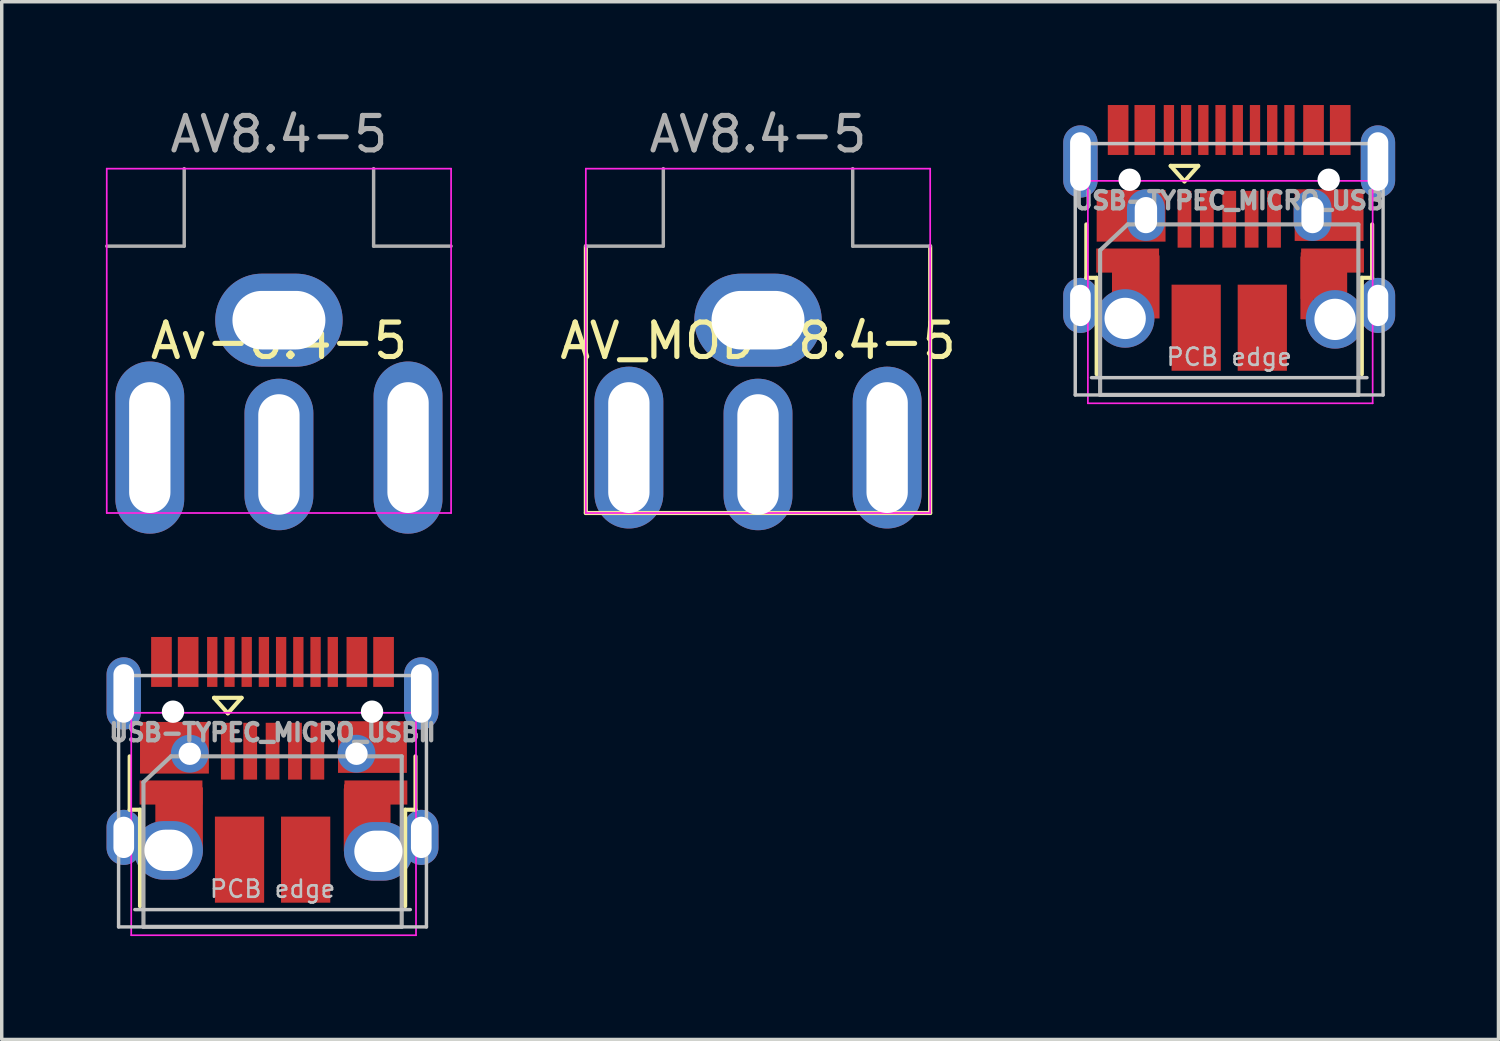
<source format=kicad_pcb>
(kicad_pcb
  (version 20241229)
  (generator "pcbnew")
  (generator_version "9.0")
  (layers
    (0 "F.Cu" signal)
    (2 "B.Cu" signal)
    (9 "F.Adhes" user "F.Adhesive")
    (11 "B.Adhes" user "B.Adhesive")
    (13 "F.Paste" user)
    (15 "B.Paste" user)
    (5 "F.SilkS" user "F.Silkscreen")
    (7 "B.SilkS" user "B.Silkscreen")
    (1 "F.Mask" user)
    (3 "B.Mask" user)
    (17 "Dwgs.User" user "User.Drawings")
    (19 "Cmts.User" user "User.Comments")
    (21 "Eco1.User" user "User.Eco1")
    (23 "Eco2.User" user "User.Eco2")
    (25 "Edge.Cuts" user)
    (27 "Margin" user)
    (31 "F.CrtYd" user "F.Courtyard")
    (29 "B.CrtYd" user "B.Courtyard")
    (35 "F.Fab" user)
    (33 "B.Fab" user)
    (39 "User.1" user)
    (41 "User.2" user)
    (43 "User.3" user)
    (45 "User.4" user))
  (footprint "AV_MOD-8.4-5"
    (layer "F.Cu")
    (at 18.963 6.848)
    (property "Reference" "AV_MOD-8.4-5" (at 0 0 0) (layer "F.SilkS") (effects (font (size 1 1) (thickness 0.15))))
    (attr smd)
    (fp_line (start -5 5) (end -5 -2.75) (stroke (width 0.12) (type solid)) (layer "F.SilkS"))
    (fp_line (start 5 -2.75) (end 5 5) (stroke (width 0.12) (type solid)) (layer "F.SilkS"))
    (fp_line (start 5 5) (end -5 5) (stroke (width 0.12) (type solid)) (layer "F.SilkS"))
    (fp_line (start -5 -5) (end -5 5) (stroke (width 0.05) (type solid)) (layer "F.CrtYd"))
    (fp_line (start 5 -5) (end -5 -5) (stroke (width 0.05) (type solid)) (layer "F.CrtYd"))
    (fp_line (start 5 5) (end -5 5) (stroke (width 0.05) (type solid)) (layer "F.CrtYd"))
    (fp_line (start 5 5) (end 5 -5) (stroke (width 0.05) (type solid)) (layer "F.CrtYd"))
    (fp_line (start -2.75 -5) (end -2.75 -2.75) (stroke (width 0.1) (type solid)) (layer "F.Fab"))
    (fp_line (start -2.75 -2.75) (end -5 -2.75) (stroke (width 0.1) (type solid)) (layer "F.Fab"))
    (fp_line (start 2.75 -5) (end 2.75 -2.75) (stroke (width 0.1) (type solid)) (layer "F.Fab"))
    (fp_line (start 2.75 -2.75) (end 5 -2.75) (stroke (width 0.1) (type solid)) (layer "F.Fab"))
    (fp_text user "AV8.4-5" (at 0 -6 0) (layer "F.Fab") (effects (font (size 1 1) (thickness 0.15))))
    (pad "1" thru_hole oval (at -3.75 3.1) (size 2 4.7) (drill oval 1.2 3.8) (layers "*.Cu" "*.Mask"))
    (pad "1" thru_hole oval (at 0 3.3) (size 2 4.4) (drill oval 1.2 3.5) (layers "*.Cu" "*.Mask"))
    (pad "1" thru_hole oval (at 3.75 3.1) (size 2 4.7) (drill oval 1.2 3.8) (layers "*.Cu" "*.Mask"))
    (pad "2" thru_hole oval (at 0 -0.6) (size 3.7 2.7) (drill oval 2.7 1.7) (layers "*.Cu" "*.Mask")))
  (footprint "Av-8.4-5"
    (layer "F.Cu")
    (at 5.05 6.848)
    (property "Reference" "Av-8.4-5" (at 0 0 180) (layer "F.SilkS") (effects (font (size 1 1) (thickness 0.15))))
    (attr smd)
    (fp_line (start -5 -5) (end -5 5) (stroke (width 0.05) (type solid)) (layer "F.CrtYd"))
    (fp_line (start 5 -5) (end -5 -5) (stroke (width 0.05) (type solid)) (layer "F.CrtYd"))
    (fp_line (start 5 5) (end -5 5) (stroke (width 0.05) (type solid)) (layer "F.CrtYd"))
    (fp_line (start 5 5) (end 5 -5) (stroke (width 0.05) (type solid)) (layer "F.CrtYd"))
    (fp_line (start -2.75 -5) (end -2.75 -2.75) (stroke (width 0.1) (type solid)) (layer "F.Fab"))
    (fp_line (start -2.75 -2.75) (end -5 -2.75) (stroke (width 0.1) (type solid)) (layer "F.Fab"))
    (fp_line (start 2.75 -5) (end 2.75 -2.75) (stroke (width 0.1) (type solid)) (layer "F.Fab"))
    (fp_line (start 2.75 -2.75) (end 5 -2.75) (stroke (width 0.1) (type solid)) (layer "F.Fab"))
    (fp_text user "AV8.4-5" (at 0 -6 180) (layer "F.Fab") (effects (font (size 1 1) (thickness 0.15))))
    (pad "1" thru_hole oval (at -3.75 3.1) (size 2 5) (drill oval 1.2 3.8) (layers "*.Cu" "*.Mask"))
    (pad "1" thru_hole oval (at 0 3.3) (size 2 4.4) (drill oval 1.2 3.5) (layers "*.Cu" "*.Mask"))
    (pad "1" thru_hole oval (at 3.75 3.1) (size 2 5) (drill oval 1.2 3.8) (layers "*.Cu" "*.Mask"))
    (pad "2" thru_hole oval (at 0 -0.6) (size 3.7 2.7) (drill oval 2.7 1.7) (layers "*.Cu" "*.Mask")))
  (footprint "USB-TYPEC_MICRO_USB"
    (layer "F.Cu")
    (at 32.646 8.42)
    (property "Reference" "USB-TYPEC_MICRO_USB" (at 0 -5.645 180) (layer "F.Fab") (effects (font (size 0.5 0.5) (thickness 0.15))))
    (attr smd)
    (fp_line (start -4.148 -3.403) (end -4.148 -4.953) (stroke (width 0.12) (type solid)) (layer "F.SilkS"))
    (fp_line (start -4.148 -3.403) (end -3.848 -3.403) (stroke (width 0.12) (type solid)) (layer "F.SilkS"))
    (fp_line (start -3.848 -0.603) (end -3.848 -3.403) (stroke (width 0.12) (type solid)) (layer "F.SilkS"))
    (fp_line (start -1.698 -6.653) (end -0.898 -6.653) (stroke (width 0.12) (type solid)) (layer "F.SilkS"))
    (fp_line (start -1.298 -6.203) (end -1.698 -6.653) (stroke (width 0.12) (type solid)) (layer "F.SilkS"))
    (fp_line (start -0.898 -6.653) (end -1.298 -6.203) (stroke (width 0.12) (type solid)) (layer "F.SilkS"))
    (fp_line (start 3.852 -3.403) (end 4.152 -3.403) (stroke (width 0.12) (type solid)) (layer "F.SilkS"))
    (fp_line (start 3.852 -0.603) (end 3.852 -3.403) (stroke (width 0.12) (type solid)) (layer "F.SilkS"))
    (fp_line (start 4.152 -3.403) (end 4.152 -4.953) (stroke (width 0.12) (type solid)) (layer "F.SilkS"))
    (fp_line (start -4.47 -7.3) (end 4.47 -7.3) (stroke (width 0.1) (type solid)) (layer "Dwgs.User"))
    (fp_line (start -4.47 0) (end -4.47 -7.3) (stroke (width 0.1) (type solid)) (layer "Dwgs.User"))
    (fp_line (start -4.47 0) (end 4.47 0) (stroke (width 0.1) (type solid)) (layer "Dwgs.User"))
    (fp_line (start -3.998 -0.503) (end 4.002 -0.503) (stroke (width 0.1) (type solid)) (layer "Dwgs.User"))
    (fp_line (start 4.47 0) (end 4.47 -7.3) (stroke (width 0.1) (type solid)) (layer "Dwgs.User"))
    (fp_line (start -4.103 -6.218) (end -4.103 0.242) (stroke (width 0.05) (type solid)) (layer "F.CrtYd"))
    (fp_line (start -4.103 -6.218) (end 4.167 -6.218) (stroke (width 0.05) (type solid)) (layer "F.CrtYd"))
    (fp_line (start 4.167 0.242) (end -4.103 0.242) (stroke (width 0.05) (type solid)) (layer "F.CrtYd"))
    (fp_line (start 4.167 0.242) (end 4.167 -6.218) (stroke (width 0.05) (type solid)) (layer "F.CrtYd"))
    (fp_line (start -3.748 -4.203) (end -2.948 -4.953) (stroke (width 0.12) (type solid)) (layer "F.Fab"))
    (fp_line (start -3.748 -0.003) (end -3.748 -4.203) (stroke (width 0.12) (type solid)) (layer "F.Fab"))
    (fp_line (start -2.948 -4.953) (end 3.752 -4.953) (stroke (width 0.12) (type solid)) (layer "F.Fab"))
    (fp_line (start 3.752 -4.953) (end 3.752 -0.003) (stroke (width 0.12) (type solid)) (layer "F.Fab"))
    (fp_line (start 3.752 -0.003) (end -3.748 -0.003) (stroke (width 0.12) (type solid)) (layer "F.Fab"))
    (fp_text user "PCB edge" (at 0.002 -1.103 0) (layer "Dwgs.User") (effects (font (size 0.5 0.5) (thickness 0.075))))
    (pad "" np_thru_hole circle (at -2.89 -6.25) (size 0.65 0.65) (drill 0.65) (layers "*.Cu" "*.Mask"))
    (pad "" np_thru_hole circle (at 2.89 -6.25) (size 0.65 0.65) (drill 0.65) (layers "*.Cu" "*.Mask"))
    (pad "1" smd rect (at -3.225 -7.695) (size 0.6 1.45) (layers "F.Cu" "F.Mask" "F.Paste"))
    (pad "2" smd rect (at -2.45 -7.695) (size 0.6 1.45) (layers "F.Cu" "F.Mask" "F.Paste"))
    (pad "2" smd rect (at -1.298 -5.103 270) (size 1.65 0.4) (layers "F.Cu" "F.Mask" "F.Paste"))
    (pad "3" smd rect (at -1.75 -7.695) (size 0.3 1.45) (layers "F.Cu" "F.Mask" "F.Paste"))
    (pad "4" smd rect (at -1.25 -7.695) (size 0.3 1.45) (layers "F.Cu" "F.Mask" "F.Paste"))
    (pad "5" smd rect (at -0.75 -7.695) (size 0.3 1.45) (layers "F.Cu" "F.Mask" "F.Paste"))
    (pad "5" smd rect (at -0.648 -5.103 270) (size 1.65 0.4) (layers "F.Cu" "F.Mask" "F.Paste"))
    (pad "6" smd rect (at -0.25 -7.695) (size 0.3 1.45) (layers "F.Cu" "F.Mask" "F.Paste"))
    (pad "6" smd rect (at 0.002 -5.103 270) (size 1.65 0.4) (layers "F.Cu" "F.Mask" "F.Paste"))
    (pad "7" smd rect (at 0.25 -7.695) (size 0.3 1.45) (layers "F.Cu" "F.Mask" "F.Paste"))
    (pad "8" smd rect (at 0.75 -7.695) (size 0.3 1.45) (layers "F.Cu" "F.Mask" "F.Paste"))
    (pad "9" smd rect (at 1.25 -7.695) (size 0.3 1.45) (layers "F.Cu" "F.Mask" "F.Paste"))
    (pad "10" smd rect (at 1.75 -7.695) (size 0.3 1.45) (layers "F.Cu" "F.Mask" "F.Paste"))
    (pad "11" smd rect (at 2.45 -7.695) (size 0.6 1.45) (layers "F.Cu" "F.Mask" "F.Paste"))
    (pad "12" smd rect (at 1.302 -5.103 270) (size 1.65 0.4) (layers "F.Cu" "F.Mask" "F.Paste"))
    (pad "12" smd rect (at 3.225 -7.695) (size 0.6 1.45) (layers "F.Cu" "F.Mask" "F.Paste"))
    (pad "13" thru_hole oval (at -4.32 -6.78) (size 1 2.1) (drill oval 0.6 1.7) (layers "*.Cu" "*.Mask"))
    (pad "13" thru_hole oval (at -4.32 -2.6) (size 1 1.6) (drill oval 0.6 1.2) (layers "*.Cu" "*.Mask"))
    (pad "13" thru_hole oval (at -3.021 -2.223 270) (size 1.7 1.7) (drill oval 1.2) (layers "*.Cu" "*.Mask"))
    (pad "13" smd rect (at -2.948 -3.903 180) (size 1.825 0.7) (layers "F.Cu" "F.Mask" "F.Paste"))
    (pad "13" smd rect (at -2.848 -5.203 180) (size 2 1.5) (layers "F.Cu" "F.Mask" "F.Paste"))
    (pad "13" smd trapezoid (at -2.728 -3.465 180) (size 1.35 1.35) (layers "F.Cu" "F.Mask" "F.Paste"))
    (pad "13" thru_hole oval (at -2.418 -5.223 270) (size 1.5 1.1) (drill oval 1.05 0.65) (layers "*.Cu" "*.Mask"))
    (pad "13" smd rect (at -2.213 -3.137 270) (size 1.83 0.381) (layers "F.Cu" "F.Mask" "F.Paste"))
    (pad "13" smd rect (at -0.958 -1.953 270) (size 2.5 1.43) (layers "F.Cu" "F.Mask" "F.Paste"))
    (pad "13" smd rect (at 0.962 -1.953 270) (size 2.5 1.43) (layers "F.Cu" "F.Mask" "F.Paste"))
    (pad "13" smd rect (at 2.26 -3.109 270) (size 1.822 0.382) (layers "F.Cu" "F.Mask" "F.Paste"))
    (pad "13" thru_hole oval (at 2.422 -5.223 270) (size 1.5 1.1) (drill oval 1.05 0.65) (layers "*.Cu" "*.Mask"))
    (pad "13" smd trapezoid (at 2.752 -3.465 180) (size 1.35 1.35) (layers "F.Cu" "F.Mask" "F.Paste"))
    (pad "13" smd rect (at 2.902 -5.223 180) (size 2 1.5) (layers "F.Cu" "F.Mask" "F.Paste"))
    (pad "13" smd rect (at 3.002 -3.903 180) (size 1.825 0.7) (layers "F.Cu" "F.Mask" "F.Paste"))
    (pad "13" thru_hole oval (at 3.075 -2.195 270) (size 1.7 1.7) (drill oval 1.2) (layers "*.Cu" "*.Mask"))
    (pad "13" thru_hole oval (at 4.32 -6.78) (size 1 2.1) (drill oval 0.6 1.7) (layers "*.Cu" "*.Mask"))
    (pad "13" thru_hole oval (at 4.32 -2.6) (size 1 1.6) (drill oval 0.6 1.2) (layers "*.Cu" "*.Mask"))
    (pad "ID" smd rect (at 0.652 -5.103 270) (size 1.65 0.4) (layers "F.Cu" "F.Mask" "F.Paste")))
  (footprint "USB-TYPEC_MICRO_USBII"
    (layer "F.Cu")
    (at 4.864 23.868)
    (property "Reference" "USB-TYPEC_MICRO_USBII" (at 0 -5.645 180) (layer "F.Fab") (effects (font (size 0.5 0.5) (thickness 0.15))))
    (attr smd)
    (fp_line (start -4.148 -3.403) (end -4.148 -4.953) (stroke (width 0.12) (type solid)) (layer "F.SilkS"))
    (fp_line (start -4.148 -3.403) (end -3.848 -3.403) (stroke (width 0.12) (type solid)) (layer "F.SilkS"))
    (fp_line (start -3.848 -0.603) (end -3.848 -3.403) (stroke (width 0.12) (type solid)) (layer "F.SilkS"))
    (fp_line (start -1.698 -6.653) (end -0.898 -6.653) (stroke (width 0.12) (type solid)) (layer "F.SilkS"))
    (fp_line (start -1.298 -6.203) (end -1.698 -6.653) (stroke (width 0.12) (type solid)) (layer "F.SilkS"))
    (fp_line (start -0.898 -6.653) (end -1.298 -6.203) (stroke (width 0.12) (type solid)) (layer "F.SilkS"))
    (fp_line (start 3.852 -3.403) (end 4.152 -3.403) (stroke (width 0.12) (type solid)) (layer "F.SilkS"))
    (fp_line (start 3.852 -0.603) (end 3.852 -3.403) (stroke (width 0.12) (type solid)) (layer "F.SilkS"))
    (fp_line (start 4.152 -3.403) (end 4.152 -4.953) (stroke (width 0.12) (type solid)) (layer "F.SilkS"))
    (fp_line (start -4.47 -7.3) (end 4.47 -7.3) (stroke (width 0.1) (type solid)) (layer "Dwgs.User"))
    (fp_line (start -4.47 0) (end -4.47 -7.3) (stroke (width 0.1) (type solid)) (layer "Dwgs.User"))
    (fp_line (start -4.47 0) (end 4.47 0) (stroke (width 0.1) (type solid)) (layer "Dwgs.User"))
    (fp_line (start -3.998 -0.503) (end 4.002 -0.503) (stroke (width 0.1) (type solid)) (layer "Dwgs.User"))
    (fp_line (start 4.47 0) (end 4.47 -7.3) (stroke (width 0.1) (type solid)) (layer "Dwgs.User"))
    (fp_line (start -4.103 -6.218) (end -4.103 0.242) (stroke (width 0.05) (type solid)) (layer "F.CrtYd"))
    (fp_line (start -4.103 -6.218) (end 4.167 -6.218) (stroke (width 0.05) (type solid)) (layer "F.CrtYd"))
    (fp_line (start 4.167 0.242) (end -4.103 0.242) (stroke (width 0.05) (type solid)) (layer "F.CrtYd"))
    (fp_line (start 4.167 0.242) (end 4.167 -6.218) (stroke (width 0.05) (type solid)) (layer "F.CrtYd"))
    (fp_line (start -3.748 -4.203) (end -2.948 -4.953) (stroke (width 0.12) (type solid)) (layer "F.Fab"))
    (fp_line (start -3.748 -0.003) (end -3.748 -4.203) (stroke (width 0.12) (type solid)) (layer "F.Fab"))
    (fp_line (start -2.948 -4.953) (end 3.752 -4.953) (stroke (width 0.12) (type solid)) (layer "F.Fab"))
    (fp_line (start 3.752 -4.953) (end 3.752 -0.003) (stroke (width 0.12) (type solid)) (layer "F.Fab"))
    (fp_line (start 3.752 -0.003) (end -3.748 -0.003) (stroke (width 0.12) (type solid)) (layer "F.Fab"))
    (fp_text user "PCB edge" (at 0.002 -1.103 180) (layer "Dwgs.User") (effects (font (size 0.5 0.5) (thickness 0.075))))
    (pad "" np_thru_hole circle (at -2.89 -6.25) (size 0.65 0.65) (drill 0.65) (layers "*.Cu" "*.Mask"))
    (pad "" np_thru_hole circle (at 2.89 -6.25) (size 0.65 0.65) (drill 0.65) (layers "*.Cu" "*.Mask"))
    (pad "1" smd rect (at -3.225 -7.695) (size 0.6 1.45) (layers "F.Cu" "F.Mask" "F.Paste"))
    (pad "2" smd rect (at -2.45 -7.695) (size 0.6 1.45) (layers "F.Cu" "F.Mask" "F.Paste"))
    (pad "2" smd rect (at -1.298 -5.103 270) (size 1.65 0.4) (layers "F.Cu" "F.Mask" "F.Paste"))
    (pad "3" smd rect (at -1.75 -7.695) (size 0.3 1.45) (layers "F.Cu" "F.Mask" "F.Paste"))
    (pad "4" smd rect (at -1.25 -7.695) (size 0.3 1.45) (layers "F.Cu" "F.Mask" "F.Paste"))
    (pad "5" smd rect (at -0.75 -7.695) (size 0.3 1.45) (layers "F.Cu" "F.Mask" "F.Paste"))
    (pad "5" smd rect (at -0.648 -5.103 270) (size 1.65 0.4) (layers "F.Cu" "F.Mask" "F.Paste"))
    (pad "6" smd rect (at -0.25 -7.695) (size 0.3 1.45) (layers "F.Cu" "F.Mask" "F.Paste"))
    (pad "6" smd rect (at 0.002 -5.103 270) (size 1.65 0.4) (layers "F.Cu" "F.Mask" "F.Paste"))
    (pad "7" smd rect (at 0.25 -7.695) (size 0.3 1.45) (layers "F.Cu" "F.Mask" "F.Paste"))
    (pad "8" smd rect (at 0.75 -7.695) (size 0.3 1.45) (layers "F.Cu" "F.Mask" "F.Paste"))
    (pad "9" smd rect (at 1.25 -7.695) (size 0.3 1.45) (layers "F.Cu" "F.Mask" "F.Paste"))
    (pad "10" smd rect (at 1.75 -7.695) (size 0.3 1.45) (layers "F.Cu" "F.Mask" "F.Paste"))
    (pad "11" smd rect (at 2.45 -7.695) (size 0.6 1.45) (layers "F.Cu" "F.Mask" "F.Paste"))
    (pad "12" smd rect (at 1.302 -5.103 270) (size 1.65 0.4) (layers "F.Cu" "F.Mask" "F.Paste"))
    (pad "12" smd rect (at 3.225 -7.695) (size 0.6 1.45) (layers "F.Cu" "F.Mask" "F.Paste"))
    (pad "13" thru_hole oval (at -4.32 -6.78) (size 1 2.1) (drill oval 0.6 1.7) (layers "*.Cu" "*.Mask"))
    (pad "13" thru_hole oval (at -4.32 -2.6) (size 1 1.6) (drill oval 0.6 1.2) (layers "*.Cu" "*.Mask"))
    (pad "13" thru_hole oval (at -3.021 -2.223 270) (size 1.7 2) (drill oval 1.2 1.4) (layers "*.Cu" "*.Mask"))
    (pad "13" smd rect (at -2.948 -3.903 180) (size 1.825 0.7) (layers "F.Cu" "F.Mask" "F.Paste"))
    (pad "13" smd rect (at -2.848 -5.203 180) (size 2 1.5) (layers "F.Cu" "F.Mask" "F.Paste"))
    (pad "13" smd trapezoid (at -2.728 -3.465 180) (size 1.35 1.35) (layers "F.Cu" "F.Mask" "F.Paste"))
    (pad "13" thru_hole oval (at -2.402 -5.029 270) (size 1.1 1.1) (drill 0.65) (layers "*.Cu" "*.Mask"))
    (pad "13" smd rect (at -2.213 -3.137 270) (size 1.83 0.381) (layers "F.Cu" "F.Mask" "F.Paste"))
    (pad "13" smd rect (at -0.958 -1.953 270) (size 2.5 1.43) (layers "F.Cu" "F.Mask" "F.Paste"))
    (pad "13" smd rect (at 0.962 -1.953 270) (size 2.5 1.43) (layers "F.Cu" "F.Mask" "F.Paste"))
    (pad "13" smd rect (at 2.26 -3.109 270) (size 1.822 0.382) (layers "F.Cu" "F.Mask" "F.Paste"))
    (pad "13" thru_hole oval (at 2.438 -5.029 270) (size 1.1 1.1) (drill 0.65) (layers "*.Cu" "*.Mask"))
    (pad "13" smd trapezoid (at 2.752 -3.465 180) (size 1.35 1.35) (layers "F.Cu" "F.Mask" "F.Paste"))
    (pad "13" smd rect (at 2.902 -5.223 180) (size 2 1.5) (layers "F.Cu" "F.Mask" "F.Paste"))
    (pad "13" smd rect (at 3.002 -3.903 180) (size 1.825 0.7) (layers "F.Cu" "F.Mask" "F.Paste"))
    (pad "13" thru_hole oval (at 3.075 -2.195 270) (size 1.7 2) (drill oval 1.2 1.4) (layers "*.Cu" "*.Mask"))
    (pad "13" thru_hole oval (at 4.32 -6.78) (size 1 2.1) (drill oval 0.6 1.7) (layers "*.Cu" "*.Mask"))
    (pad "13" thru_hole oval (at 4.32 -2.6) (size 1 1.6) (drill oval 0.6 1.2) (layers "*.Cu" "*.Mask"))
    (pad "ID" smd rect (at 0.652 -5.103 270) (size 1.65 0.4) (layers "F.Cu" "F.Mask" "F.Paste")))
  (gr_rect
    (start -3 -3)
    (end 40.466 27.136)
    (stroke (width 0.1) (type default))
    (fill no)
    (layer "Edge.Cuts")))
</source>
